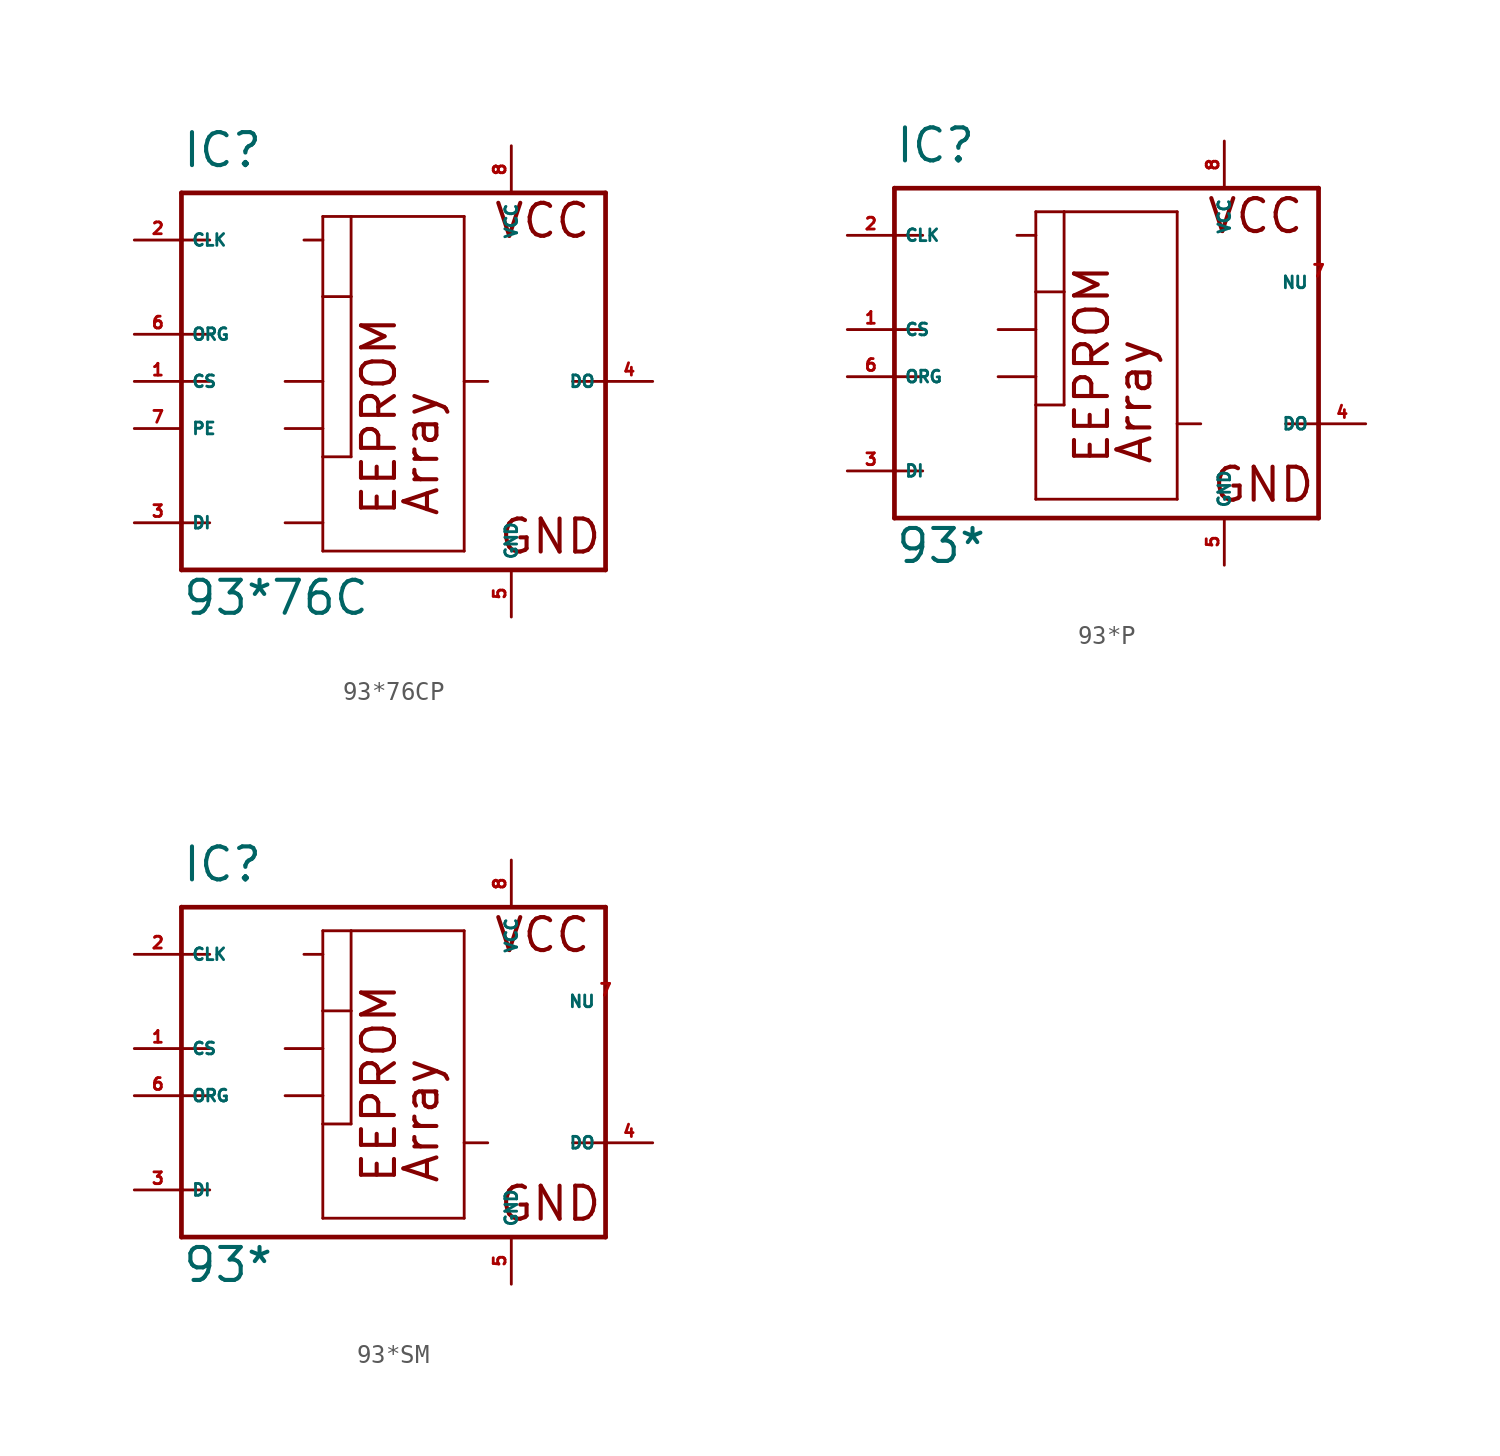
<source format=kicad_sym>
(kicad_symbol_lib
  (version 20220914)
  (generator Eagle2Kicad)
  (symbol "93*76CP"
    (property "Reference" "IC"
      (at -10.16 11.43 0)
      (effects (font (size 1.778 1.778) (thickness 0.22)) (justify left bottom)))
    (property "Value" "93*76C"
      (at -10.16 -12.7 0)
      (effects (font (size 1.778 1.778) (thickness 0.22)) (justify left bottom)))
    (polyline
      (pts (xy -10.16 10.16) (xy 12.7 10.16))
      (stroke (width 0.254) (type default))
      (fill (type none)))
    (polyline
      (pts (xy 12.7 10.16) (xy 12.7 0))
      (stroke (width 0.254) (type default))
      (fill (type none)))
    (polyline
      (pts (xy 12.7 0) (xy 12.7 -10.16))
      (stroke (width 0.254) (type default))
      (fill (type none)))
    (polyline
      (pts (xy 12.7 -10.16) (xy -10.16 -10.16))
      (stroke (width 0.254) (type default))
      (fill (type none)))
    (polyline
      (pts (xy -10.16 -10.16) (xy -10.16 -7.62))
      (stroke (width 0.254) (type default))
      (fill (type none)))
    (polyline
      (pts (xy -10.16 -7.62) (xy -10.16 0))
      (stroke (width 0.254) (type default))
      (fill (type none)))
    (polyline
      (pts (xy -10.16 0) (xy -10.16 2.54))
      (stroke (width 0.254) (type default))
      (fill (type none)))
    (polyline
      (pts (xy -10.16 2.54) (xy -10.16 7.62))
      (stroke (width 0.254) (type default))
      (fill (type none)))
    (polyline
      (pts (xy -10.16 7.62) (xy -10.16 10.16))
      (stroke (width 0.254) (type default))
      (fill (type none)))
    (polyline
      (pts (xy -2.54 8.89) (xy -1.016 8.89))
      (stroke (width 0.152) (type default))
      (fill (type none)))
    (polyline
      (pts (xy -1.016 8.89) (xy 5.08 8.89))
      (stroke (width 0.152) (type default))
      (fill (type none)))
    (polyline
      (pts (xy 5.08 8.89) (xy 5.08 0))
      (stroke (width 0.152) (type default))
      (fill (type none)))
    (polyline
      (pts (xy 5.08 0) (xy 5.08 -9.144))
      (stroke (width 0.152) (type default))
      (fill (type none)))
    (polyline
      (pts (xy 5.08 -9.144) (xy -2.54 -9.144))
      (stroke (width 0.152) (type default))
      (fill (type none)))
    (polyline
      (pts (xy -2.54 -9.144) (xy -2.54 -7.62))
      (stroke (width 0.152) (type default))
      (fill (type none)))
    (polyline
      (pts (xy -2.54 -7.62) (xy -2.54 -4.064))
      (stroke (width 0.152) (type default))
      (fill (type none)))
    (polyline
      (pts (xy -2.54 -4.064) (xy -2.54 -2.54))
      (stroke (width 0.152) (type default))
      (fill (type none)))
    (polyline
      (pts (xy -2.54 -2.54) (xy -2.54 0))
      (stroke (width 0.152) (type default))
      (fill (type none)))
    (polyline
      (pts (xy -2.54 0) (xy -2.54 4.572))
      (stroke (width 0.152) (type default))
      (fill (type none)))
    (polyline
      (pts (xy -2.54 4.572) (xy -2.54 7.62))
      (stroke (width 0.152) (type default))
      (fill (type none)))
    (polyline
      (pts (xy -2.54 7.62) (xy -2.54 8.89))
      (stroke (width 0.152) (type default))
      (fill (type none)))
    (polyline
      (pts (xy -10.16 0) (xy -8.636 0))
      (stroke (width 0.152) (type default))
      (fill (type none)))
    (polyline
      (pts (xy -10.16 -7.62) (xy -8.636 -7.62))
      (stroke (width 0.152) (type default))
      (fill (type none)))
    (polyline
      (pts (xy -10.16 7.62) (xy -8.636 7.62))
      (stroke (width 0.152) (type default))
      (fill (type none)))
    (polyline
      (pts (xy -3.556 7.62) (xy -2.54 7.62))
      (stroke (width 0.152) (type default))
      (fill (type none)))
    (polyline
      (pts (xy 12.7 0) (xy 10.922 0))
      (stroke (width 0.152) (type default))
      (fill (type none)))
    (polyline
      (pts (xy 6.35 0) (xy 5.08 0))
      (stroke (width 0.152) (type default))
      (fill (type none)))
    (polyline
      (pts (xy -1.016 4.572) (xy -1.016 -4.064))
      (stroke (width 0.152) (type default))
      (fill (type none)))
    (polyline
      (pts (xy -10.16 2.54) (xy -8.636 2.54))
      (stroke (width 0.152) (type default))
      (fill (type none)))
    (polyline
      (pts (xy -4.572 0) (xy -2.54 0))
      (stroke (width 0.152) (type default))
      (fill (type none)))
    (polyline
      (pts (xy -2.54 4.572) (xy -1.016 4.572))
      (stroke (width 0.152) (type default))
      (fill (type none)))
    (polyline
      (pts (xy -4.572 -2.54) (xy -2.54 -2.54))
      (stroke (width 0.152) (type default))
      (fill (type none)))
    (polyline
      (pts (xy -2.54 -4.064) (xy -1.016 -4.064))
      (stroke (width 0.152) (type default))
      (fill (type none)))
    (polyline
      (pts (xy -1.016 8.89) (xy -1.016 4.572))
      (stroke (width 0.152) (type default))
      (fill (type none)))
    (polyline
      (pts (xy -4.572 -7.62) (xy -2.54 -7.62))
      (stroke (width 0.152) (type default))
      (fill (type none)))
    (text "Array"
      (at 3.81 -7.366 900)
      (effects (font (size 1.778 1.778) (thickness 0.22)) (justify left bottom)))
    (text "VCC"
      (at 6.604 7.62 0)
      (effects (font (size 1.778 1.778) (thickness 0.22)) (justify left bottom)))
    (text "GND"
      (at 6.858 -9.398 0)
      (effects (font (size 1.778 1.778) (thickness 0.22)) (justify left bottom)))
    (text "EEPROM"
      (at 1.524 -7.366 900)
      (effects (font (size 1.778 1.778) (thickness 0.22)) (justify left bottom)))
    (pin unspecified line
      (at 7.62 12.7 270)
      (length 2.54)
      (name "VCC" (effects (font (size 0.635 0.635) (thickness 0.08)) (justify left bottom)))
      (number "8" (effects (font (size 0.635 0.635) (thickness 0.08)) (justify left bottom))))
    (pin unspecified line
      (at 7.62 -12.7 90)
      (length 2.54)
      (name "GND" (effects (font (size 0.635 0.635) (thickness 0.08)) (justify left bottom)))
      (number "5" (effects (font (size 0.635 0.635) (thickness 0.08)) (justify left bottom))))
    (pin input line
      (at -12.7 7.62 0)
      (length 2.54)
      (name "CLK" (effects (font (size 0.635 0.635) (thickness 0.08)) (justify left bottom)))
      (number "2" (effects (font (size 0.635 0.635) (thickness 0.08)) (justify left bottom))))
    (pin tri_state line
      (at 15.24 0 180)
      (length 2.54)
      (name "DO" (effects (font (size 0.635 0.635) (thickness 0.08)) (justify left bottom)))
      (number "4" (effects (font (size 0.635 0.635) (thickness 0.08)) (justify left bottom))))
    (pin input line
      (at -12.7 2.54 0)
      (length 2.54)
      (name "ORG" (effects (font (size 0.635 0.635) (thickness 0.08)) (justify left bottom)))
      (number "6" (effects (font (size 0.635 0.635) (thickness 0.08)) (justify left bottom))))
    (pin input line
      (at -12.7 -2.54 0)
      (length 2.54)
      (name "PE" (effects (font (size 0.635 0.635) (thickness 0.08)) (justify left bottom)))
      (number "7" (effects (font (size 0.635 0.635) (thickness 0.08)) (justify left bottom))))
    (pin input line
      (at -12.7 -7.62 0)
      (length 2.54)
      (name "DI" (effects (font (size 0.635 0.635) (thickness 0.08)) (justify left bottom)))
      (number "3" (effects (font (size 0.635 0.635) (thickness 0.08)) (justify left bottom))))
    (pin input line
      (at -12.7 0 0)
      (length 2.54)
      (name "CS" (effects (font (size 0.635 0.635) (thickness 0.08)) (justify left bottom)))
      (number "1" (effects (font (size 0.635 0.635) (thickness 0.08)) (justify left bottom)))))
  (symbol "93*P"
    (property "Reference" "IC"
      (at -10.16 11.43 0)
      (effects (font (size 1.778 1.778) (thickness 0.22)) (justify left bottom)))
    (property "Value" "93*"
      (at -10.16 -10.16 0)
      (effects (font (size 1.778 1.778) (thickness 0.22)) (justify left bottom)))
    (polyline
      (pts (xy -10.16 10.16) (xy 12.7 10.16))
      (stroke (width 0.254) (type default))
      (fill (type none)))
    (polyline
      (pts (xy 12.7 10.16) (xy 12.7 -2.54))
      (stroke (width 0.254) (type default))
      (fill (type none)))
    (polyline
      (pts (xy 12.7 -2.54) (xy 12.7 -7.62))
      (stroke (width 0.254) (type default))
      (fill (type none)))
    (polyline
      (pts (xy 12.7 -7.62) (xy -10.16 -7.62))
      (stroke (width 0.254) (type default))
      (fill (type none)))
    (polyline
      (pts (xy -10.16 -7.62) (xy -10.16 -5.08))
      (stroke (width 0.254) (type default))
      (fill (type none)))
    (polyline
      (pts (xy -10.16 -5.08) (xy -10.16 0))
      (stroke (width 0.254) (type default))
      (fill (type none)))
    (polyline
      (pts (xy -10.16 0) (xy -10.16 2.54))
      (stroke (width 0.254) (type default))
      (fill (type none)))
    (polyline
      (pts (xy -10.16 2.54) (xy -10.16 7.62))
      (stroke (width 0.254) (type default))
      (fill (type none)))
    (polyline
      (pts (xy -10.16 7.62) (xy -10.16 10.16))
      (stroke (width 0.254) (type default))
      (fill (type none)))
    (polyline
      (pts (xy -2.54 8.89) (xy -1.016 8.89))
      (stroke (width 0.152) (type default))
      (fill (type none)))
    (polyline
      (pts (xy -1.016 8.89) (xy 5.08 8.89))
      (stroke (width 0.152) (type default))
      (fill (type none)))
    (polyline
      (pts (xy 5.08 8.89) (xy 5.08 -2.54))
      (stroke (width 0.152) (type default))
      (fill (type none)))
    (polyline
      (pts (xy 5.08 -2.54) (xy 5.08 -6.604))
      (stroke (width 0.152) (type default))
      (fill (type none)))
    (polyline
      (pts (xy 5.08 -6.604) (xy -2.54 -6.604))
      (stroke (width 0.152) (type default))
      (fill (type none)))
    (polyline
      (pts (xy -2.54 -6.604) (xy -2.54 -1.524))
      (stroke (width 0.152) (type default))
      (fill (type none)))
    (polyline
      (pts (xy -2.54 -1.524) (xy -2.54 0))
      (stroke (width 0.152) (type default))
      (fill (type none)))
    (polyline
      (pts (xy -2.54 0) (xy -2.54 2.54))
      (stroke (width 0.152) (type default))
      (fill (type none)))
    (polyline
      (pts (xy -2.54 2.54) (xy -2.54 4.572))
      (stroke (width 0.152) (type default))
      (fill (type none)))
    (polyline
      (pts (xy -2.54 4.572) (xy -2.54 7.62))
      (stroke (width 0.152) (type default))
      (fill (type none)))
    (polyline
      (pts (xy -2.54 7.62) (xy -2.54 8.89))
      (stroke (width 0.152) (type default))
      (fill (type none)))
    (polyline
      (pts (xy -10.16 0) (xy -8.636 0))
      (stroke (width 0.152) (type default))
      (fill (type none)))
    (polyline
      (pts (xy -10.16 -5.08) (xy -8.636 -5.08))
      (stroke (width 0.152) (type default))
      (fill (type none)))
    (polyline
      (pts (xy -10.16 7.62) (xy -8.636 7.62))
      (stroke (width 0.152) (type default))
      (fill (type none)))
    (polyline
      (pts (xy -3.556 7.62) (xy -2.54 7.62))
      (stroke (width 0.152) (type default))
      (fill (type none)))
    (polyline
      (pts (xy 12.7 -2.54) (xy 10.922 -2.54))
      (stroke (width 0.152) (type default))
      (fill (type none)))
    (polyline
      (pts (xy 6.35 -2.54) (xy 5.08 -2.54))
      (stroke (width 0.152) (type default))
      (fill (type none)))
    (polyline
      (pts (xy -1.016 4.572) (xy -1.016 -1.524))
      (stroke (width 0.152) (type default))
      (fill (type none)))
    (polyline
      (pts (xy -10.16 2.54) (xy -8.636 2.54))
      (stroke (width 0.152) (type default))
      (fill (type none)))
    (polyline
      (pts (xy -4.572 2.54) (xy -2.54 2.54))
      (stroke (width 0.152) (type default))
      (fill (type none)))
    (polyline
      (pts (xy -2.54 4.572) (xy -1.016 4.572))
      (stroke (width 0.152) (type default))
      (fill (type none)))
    (polyline
      (pts (xy -4.572 0) (xy -2.54 0))
      (stroke (width 0.152) (type default))
      (fill (type none)))
    (polyline
      (pts (xy -2.54 -1.524) (xy -1.016 -1.524))
      (stroke (width 0.152) (type default))
      (fill (type none)))
    (polyline
      (pts (xy -1.016 8.89) (xy -1.016 4.572))
      (stroke (width 0.152) (type default))
      (fill (type none)))
    (text "Array"
      (at 3.81 -4.826 900)
      (effects (font (size 1.778 1.778) (thickness 0.22)) (justify left bottom)))
    (text "VCC"
      (at 6.604 7.62 0)
      (effects (font (size 1.778 1.778) (thickness 0.22)) (justify left bottom)))
    (text "GND"
      (at 6.858 -6.858 0)
      (effects (font (size 1.778 1.778) (thickness 0.22)) (justify left bottom)))
    (text "EEPROM"
      (at 1.524 -4.826 900)
      (effects (font (size 1.778 1.778) (thickness 0.22)) (justify left bottom)))
    (pin unspecified line
      (at 7.62 12.7 270)
      (length 2.54)
      (name "VCC" (effects (font (size 0.635 0.635) (thickness 0.08)) (justify left bottom)))
      (number "8" (effects (font (size 0.635 0.635) (thickness 0.08)) (justify left bottom))))
    (pin unspecified line
      (at 7.62 -10.16 90)
      (length 2.54)
      (name "GND" (effects (font (size 0.635 0.635) (thickness 0.08)) (justify left bottom)))
      (number "5" (effects (font (size 0.635 0.635) (thickness 0.08)) (justify left bottom))))
    (pin input line
      (at -12.7 7.62 0)
      (length 2.54)
      (name "CLK" (effects (font (size 0.635 0.635) (thickness 0.08)) (justify left bottom)))
      (number "2" (effects (font (size 0.635 0.635) (thickness 0.08)) (justify left bottom))))
    (pin tri_state line
      (at 15.24 -2.54 180)
      (length 2.54)
      (name "DO" (effects (font (size 0.635 0.635) (thickness 0.08)) (justify left bottom)))
      (number "4" (effects (font (size 0.635 0.635) (thickness 0.08)) (justify left bottom))))
    (pin passive line
      (at 12.7 5.08 180)
      (length 0)
      (name "NU" (effects (font (size 0.635 0.635) (thickness 0.08)) (justify left bottom)))
      (number "7" (effects (font (size 0.635 0.635) (thickness 0.08)) (justify left bottom))))
    (pin input line
      (at -12.7 0 0)
      (length 2.54)
      (name "ORG" (effects (font (size 0.635 0.635) (thickness 0.08)) (justify left bottom)))
      (number "6" (effects (font (size 0.635 0.635) (thickness 0.08)) (justify left bottom))))
    (pin input line
      (at -12.7 -5.08 0)
      (length 2.54)
      (name "DI" (effects (font (size 0.635 0.635) (thickness 0.08)) (justify left bottom)))
      (number "3" (effects (font (size 0.635 0.635) (thickness 0.08)) (justify left bottom))))
    (pin input line
      (at -12.7 2.54 0)
      (length 2.54)
      (name "CS" (effects (font (size 0.635 0.635) (thickness 0.08)) (justify left bottom)))
      (number "1" (effects (font (size 0.635 0.635) (thickness 0.08)) (justify left bottom)))))
  (symbol "93*SM"
    (property "Reference" "IC"
      (at -10.16 11.43 0)
      (effects (font (size 1.778 1.778) (thickness 0.22)) (justify left bottom)))
    (property "Value" "93*"
      (at -10.16 -10.16 0)
      (effects (font (size 1.778 1.778) (thickness 0.22)) (justify left bottom)))
    (polyline
      (pts (xy -10.16 10.16) (xy 12.7 10.16))
      (stroke (width 0.254) (type default))
      (fill (type none)))
    (polyline
      (pts (xy 12.7 10.16) (xy 12.7 -2.54))
      (stroke (width 0.254) (type default))
      (fill (type none)))
    (polyline
      (pts (xy 12.7 -2.54) (xy 12.7 -7.62))
      (stroke (width 0.254) (type default))
      (fill (type none)))
    (polyline
      (pts (xy 12.7 -7.62) (xy -10.16 -7.62))
      (stroke (width 0.254) (type default))
      (fill (type none)))
    (polyline
      (pts (xy -10.16 -7.62) (xy -10.16 -5.08))
      (stroke (width 0.254) (type default))
      (fill (type none)))
    (polyline
      (pts (xy -10.16 -5.08) (xy -10.16 0))
      (stroke (width 0.254) (type default))
      (fill (type none)))
    (polyline
      (pts (xy -10.16 0) (xy -10.16 2.54))
      (stroke (width 0.254) (type default))
      (fill (type none)))
    (polyline
      (pts (xy -10.16 2.54) (xy -10.16 7.62))
      (stroke (width 0.254) (type default))
      (fill (type none)))
    (polyline
      (pts (xy -10.16 7.62) (xy -10.16 10.16))
      (stroke (width 0.254) (type default))
      (fill (type none)))
    (polyline
      (pts (xy -2.54 8.89) (xy -1.016 8.89))
      (stroke (width 0.152) (type default))
      (fill (type none)))
    (polyline
      (pts (xy -1.016 8.89) (xy 5.08 8.89))
      (stroke (width 0.152) (type default))
      (fill (type none)))
    (polyline
      (pts (xy 5.08 8.89) (xy 5.08 -2.54))
      (stroke (width 0.152) (type default))
      (fill (type none)))
    (polyline
      (pts (xy 5.08 -2.54) (xy 5.08 -6.604))
      (stroke (width 0.152) (type default))
      (fill (type none)))
    (polyline
      (pts (xy 5.08 -6.604) (xy -2.54 -6.604))
      (stroke (width 0.152) (type default))
      (fill (type none)))
    (polyline
      (pts (xy -2.54 -6.604) (xy -2.54 -1.524))
      (stroke (width 0.152) (type default))
      (fill (type none)))
    (polyline
      (pts (xy -2.54 -1.524) (xy -2.54 0))
      (stroke (width 0.152) (type default))
      (fill (type none)))
    (polyline
      (pts (xy -2.54 0) (xy -2.54 2.54))
      (stroke (width 0.152) (type default))
      (fill (type none)))
    (polyline
      (pts (xy -2.54 2.54) (xy -2.54 4.572))
      (stroke (width 0.152) (type default))
      (fill (type none)))
    (polyline
      (pts (xy -2.54 4.572) (xy -2.54 7.62))
      (stroke (width 0.152) (type default))
      (fill (type none)))
    (polyline
      (pts (xy -2.54 7.62) (xy -2.54 8.89))
      (stroke (width 0.152) (type default))
      (fill (type none)))
    (polyline
      (pts (xy -10.16 0) (xy -8.636 0))
      (stroke (width 0.152) (type default))
      (fill (type none)))
    (polyline
      (pts (xy -10.16 -5.08) (xy -8.636 -5.08))
      (stroke (width 0.152) (type default))
      (fill (type none)))
    (polyline
      (pts (xy -10.16 7.62) (xy -8.636 7.62))
      (stroke (width 0.152) (type default))
      (fill (type none)))
    (polyline
      (pts (xy -3.556 7.62) (xy -2.54 7.62))
      (stroke (width 0.152) (type default))
      (fill (type none)))
    (polyline
      (pts (xy 12.7 -2.54) (xy 10.922 -2.54))
      (stroke (width 0.152) (type default))
      (fill (type none)))
    (polyline
      (pts (xy 6.35 -2.54) (xy 5.08 -2.54))
      (stroke (width 0.152) (type default))
      (fill (type none)))
    (polyline
      (pts (xy -1.016 4.572) (xy -1.016 -1.524))
      (stroke (width 0.152) (type default))
      (fill (type none)))
    (polyline
      (pts (xy -10.16 2.54) (xy -8.636 2.54))
      (stroke (width 0.152) (type default))
      (fill (type none)))
    (polyline
      (pts (xy -4.572 2.54) (xy -2.54 2.54))
      (stroke (width 0.152) (type default))
      (fill (type none)))
    (polyline
      (pts (xy -2.54 4.572) (xy -1.016 4.572))
      (stroke (width 0.152) (type default))
      (fill (type none)))
    (polyline
      (pts (xy -4.572 0) (xy -2.54 0))
      (stroke (width 0.152) (type default))
      (fill (type none)))
    (polyline
      (pts (xy -2.54 -1.524) (xy -1.016 -1.524))
      (stroke (width 0.152) (type default))
      (fill (type none)))
    (polyline
      (pts (xy -1.016 8.89) (xy -1.016 4.572))
      (stroke (width 0.152) (type default))
      (fill (type none)))
    (text "Array"
      (at 3.81 -4.826 900)
      (effects (font (size 1.778 1.778) (thickness 0.22)) (justify left bottom)))
    (text "VCC"
      (at 6.604 7.62 0)
      (effects (font (size 1.778 1.778) (thickness 0.22)) (justify left bottom)))
    (text "GND"
      (at 6.858 -6.858 0)
      (effects (font (size 1.778 1.778) (thickness 0.22)) (justify left bottom)))
    (text "EEPROM"
      (at 1.524 -4.826 900)
      (effects (font (size 1.778 1.778) (thickness 0.22)) (justify left bottom)))
    (pin unspecified line
      (at 7.62 12.7 270)
      (length 2.54)
      (name "VCC" (effects (font (size 0.635 0.635) (thickness 0.08)) (justify left bottom)))
      (number "8" (effects (font (size 0.635 0.635) (thickness 0.08)) (justify left bottom))))
    (pin unspecified line
      (at 7.62 -10.16 90)
      (length 2.54)
      (name "GND" (effects (font (size 0.635 0.635) (thickness 0.08)) (justify left bottom)))
      (number "5" (effects (font (size 0.635 0.635) (thickness 0.08)) (justify left bottom))))
    (pin input line
      (at -12.7 7.62 0)
      (length 2.54)
      (name "CLK" (effects (font (size 0.635 0.635) (thickness 0.08)) (justify left bottom)))
      (number "2" (effects (font (size 0.635 0.635) (thickness 0.08)) (justify left bottom))))
    (pin tri_state line
      (at 15.24 -2.54 180)
      (length 2.54)
      (name "DO" (effects (font (size 0.635 0.635) (thickness 0.08)) (justify left bottom)))
      (number "4" (effects (font (size 0.635 0.635) (thickness 0.08)) (justify left bottom))))
    (pin passive line
      (at 12.7 5.08 180)
      (length 0)
      (name "NU" (effects (font (size 0.635 0.635) (thickness 0.08)) (justify left bottom)))
      (number "7" (effects (font (size 0.635 0.635) (thickness 0.08)) (justify left bottom))))
    (pin input line
      (at -12.7 0 0)
      (length 2.54)
      (name "ORG" (effects (font (size 0.635 0.635) (thickness 0.08)) (justify left bottom)))
      (number "6" (effects (font (size 0.635 0.635) (thickness 0.08)) (justify left bottom))))
    (pin input line
      (at -12.7 -5.08 0)
      (length 2.54)
      (name "DI" (effects (font (size 0.635 0.635) (thickness 0.08)) (justify left bottom)))
      (number "3" (effects (font (size 0.635 0.635) (thickness 0.08)) (justify left bottom))))
    (pin input line
      (at -12.7 2.54 0)
      (length 2.54)
      (name "CS" (effects (font (size 0.635 0.635) (thickness 0.08)) (justify left bottom)))
      (number "1" (effects (font (size 0.635 0.635) (thickness 0.08)) (justify left bottom))))))
</source>
